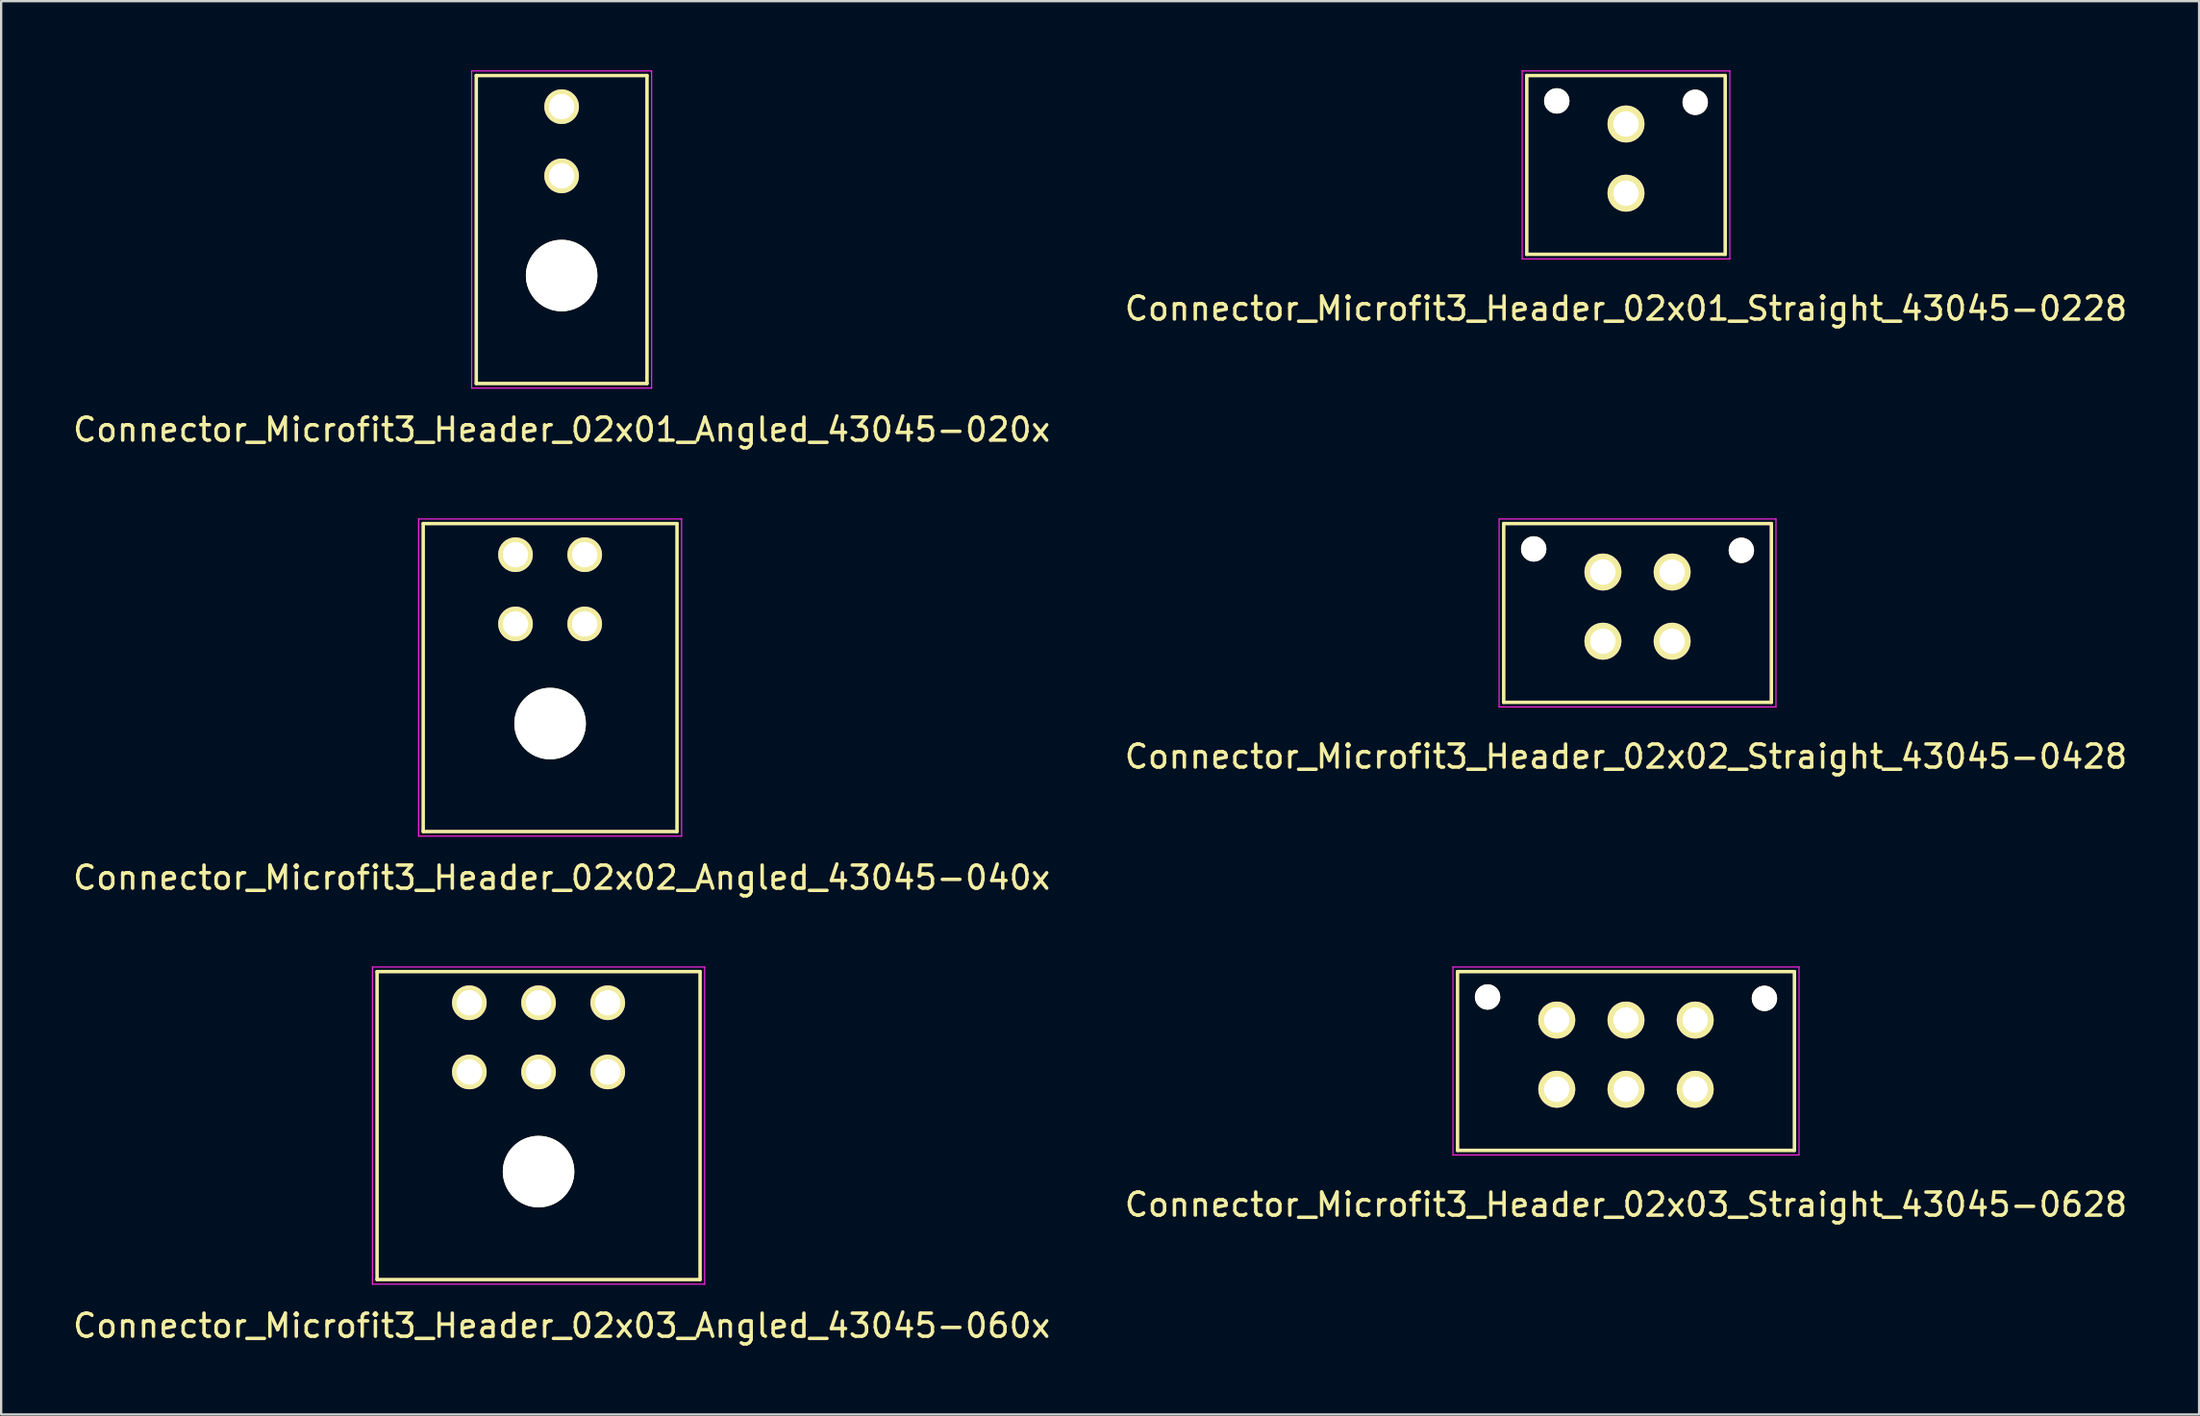
<source format=kicad_pcb>
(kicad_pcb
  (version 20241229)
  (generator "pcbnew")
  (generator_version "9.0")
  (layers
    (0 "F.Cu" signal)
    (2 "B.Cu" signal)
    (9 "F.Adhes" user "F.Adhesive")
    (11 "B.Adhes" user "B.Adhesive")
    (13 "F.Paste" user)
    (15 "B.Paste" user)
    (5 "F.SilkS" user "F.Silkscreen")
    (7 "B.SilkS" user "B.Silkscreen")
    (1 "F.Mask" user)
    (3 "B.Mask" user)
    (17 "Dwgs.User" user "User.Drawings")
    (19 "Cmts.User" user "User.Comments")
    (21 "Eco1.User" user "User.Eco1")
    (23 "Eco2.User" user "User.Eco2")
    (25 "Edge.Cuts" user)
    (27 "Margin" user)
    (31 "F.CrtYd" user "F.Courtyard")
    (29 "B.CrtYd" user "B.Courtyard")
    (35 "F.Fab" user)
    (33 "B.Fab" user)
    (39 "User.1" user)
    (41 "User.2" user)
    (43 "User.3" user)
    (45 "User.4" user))
  (footprint "Connector_Microfit3_Header_02x03_Straight_43045-0628"
    (layer "F.Cu")
    (at 70.423 44.172)
    (property "Reference" "Connector_Microfit3_Header_02x03_Straight_43045-0628" (at -3 5 0) (layer "F.SilkS") (effects (font (size 1 1) (thickness 0.15))))
    (attr through_hole)
    (fp_line (start -10.3 2.65) (end -10.3 -5.1) (stroke (width 0.15) (type solid)) (layer "F.SilkS"))
    (fp_line (start 4.3 -5.1) (end -10.3 -5.1) (stroke (width 0.15) (type solid)) (layer "F.SilkS"))
    (fp_line (start 4.3 2.65) (end -10.3 2.65) (stroke (width 0.15) (type solid)) (layer "F.SilkS"))
    (fp_line (start 4.3 2.65) (end 4.3 -5.1) (stroke (width 0.15) (type solid)) (layer "F.SilkS"))
    (fp_line (start -10.5 2.85) (end -10.5 -5.3) (stroke (width 0.05) (type solid)) (layer "F.CrtYd"))
    (fp_line (start 4.5 -5.3) (end -10.5 -5.3) (stroke (width 0.05) (type solid)) (layer "F.CrtYd"))
    (fp_line (start 4.5 2.85) (end -10.5 2.85) (stroke (width 0.05) (type solid)) (layer "F.CrtYd"))
    (fp_line (start 4.5 2.85) (end 4.5 -5.3) (stroke (width 0.05) (type solid)) (layer "F.CrtYd"))
    (pad "" np_thru_hole circle (at -9 -4) (size 1.1 1.1) (drill 1.1) (layers "*.Cu" "*.Mask" "F.SilkS"))
    (pad "" np_thru_hole circle (at 3 -3.94) (size 1.1 1.1) (drill 1.1) (layers "*.Cu" "*.Mask" "F.SilkS"))
    (pad "1" thru_hole circle (at 0 0) (size 1.6 1.6) (drill 1.1) (layers "*.Cu" "*.Mask" "F.SilkS"))
    (pad "2" thru_hole circle (at -3 0) (size 1.6 1.6) (drill 1.1) (layers "*.Cu" "*.Mask" "F.SilkS"))
    (pad "3" thru_hole circle (at -6 0) (size 1.6 1.6) (drill 1.1) (layers "*.Cu" "*.Mask" "F.SilkS"))
    (pad "4" thru_hole circle (at 0 -3) (size 1.6 1.6) (drill 1.1) (layers "*.Cu" "*.Mask" "F.SilkS"))
    (pad "5" thru_hole circle (at -3 -3) (size 1.6 1.6) (drill 1.1) (layers "*.Cu" "*.Mask" "F.SilkS"))
    (pad "6" thru_hole circle (at -6 -3) (size 1.6 1.6) (drill 1.1) (layers "*.Cu" "*.Mask" "F.SilkS")))
  (footprint "Connector_Microfit3_Header_02x03_Angled_43045-060x"
    (layer "F.Cu")
    (at 23.292 43.422)
    (property "Reference" "Connector_Microfit3_Header_02x03_Angled_43045-060x" (at -2 11 0) (layer "F.SilkS") (effects (font (size 1 1) (thickness 0.15))))
    (attr through_hole)
    (fp_line (start -10 -4.35) (end 4 -4.35) (stroke (width 0.15) (type solid)) (layer "F.SilkS"))
    (fp_line (start -10 9) (end -10 -4.35) (stroke (width 0.15) (type solid)) (layer "F.SilkS"))
    (fp_line (start 4 -4.35) (end 4 9) (stroke (width 0.15) (type solid)) (layer "F.SilkS"))
    (fp_line (start 4 9) (end -10 9) (stroke (width 0.15) (type solid)) (layer "F.SilkS"))
    (fp_line (start -10.2 -4.55) (end -10.2 9.2) (stroke (width 0.05) (type solid)) (layer "F.CrtYd"))
    (fp_line (start -10.2 9.2) (end 4.2 9.2) (stroke (width 0.05) (type solid)) (layer "F.CrtYd"))
    (fp_line (start 4.2 -4.55) (end -10.2 -4.55) (stroke (width 0.05) (type solid)) (layer "F.CrtYd"))
    (fp_line (start 4.2 9.2) (end 4.2 -4.55) (stroke (width 0.05) (type solid)) (layer "F.CrtYd"))
    (pad "" np_thru_hole circle (at -3 4.32) (size 3.1 3.1) (drill 3.1) (layers "*.Cu" "*.Mask" "F.SilkS"))
    (pad "1" thru_hole circle (at 0 0) (size 1.5 1.5) (drill 1.1) (layers "*.Cu" "*.Mask" "F.SilkS"))
    (pad "2" thru_hole circle (at -3 0) (size 1.5 1.5) (drill 1.1) (layers "*.Cu" "*.Mask" "F.SilkS"))
    (pad "3" thru_hole circle (at -6 0) (size 1.5 1.5) (drill 1.1) (layers "*.Cu" "*.Mask" "F.SilkS"))
    (pad "4" thru_hole circle (at 0 -3) (size 1.5 1.5) (drill 1.1) (layers "*.Cu" "*.Mask" "F.SilkS"))
    (pad "5" thru_hole circle (at -3 -3) (size 1.5 1.5) (drill 1.1) (layers "*.Cu" "*.Mask" "F.SilkS"))
    (pad "6" thru_hole circle (at -6 -3) (size 1.5 1.5) (drill 1.1) (layers "*.Cu" "*.Mask" "F.SilkS")))
  (footprint "Connector_Microfit3_Header_02x01_Straight_43045-0228"
    (layer "F.Cu")
    (at 67.423 5.325)
    (property "Reference" "Connector_Microfit3_Header_02x01_Straight_43045-0228" (at 0 5 0) (layer "F.SilkS") (effects (font (size 1 1) (thickness 0.15))))
    (attr through_hole)
    (fp_line (start -4.3 2.65) (end -4.3 -5.1) (stroke (width 0.15) (type solid)) (layer "F.SilkS"))
    (fp_line (start 4.3 -5.1) (end -4.3 -5.1) (stroke (width 0.15) (type solid)) (layer "F.SilkS"))
    (fp_line (start 4.3 2.65) (end -4.3 2.65) (stroke (width 0.15) (type solid)) (layer "F.SilkS"))
    (fp_line (start 4.3 2.65) (end 4.3 -5.1) (stroke (width 0.15) (type solid)) (layer "F.SilkS"))
    (fp_line (start -4.5 2.85) (end -4.5 -5.3) (stroke (width 0.05) (type solid)) (layer "F.CrtYd"))
    (fp_line (start 4.5 -5.3) (end -4.5 -5.3) (stroke (width 0.05) (type solid)) (layer "F.CrtYd"))
    (fp_line (start 4.5 2.85) (end -4.5 2.85) (stroke (width 0.05) (type solid)) (layer "F.CrtYd"))
    (fp_line (start 4.5 2.85) (end 4.5 -5.3) (stroke (width 0.05) (type solid)) (layer "F.CrtYd"))
    (pad "" np_thru_hole circle (at -3 -4) (size 1.1 1.1) (drill 1.1) (layers "*.Cu" "*.Mask" "F.SilkS"))
    (pad "" np_thru_hole circle (at 3 -3.94) (size 1.1 1.1) (drill 1.1) (layers "*.Cu" "*.Mask" "F.SilkS"))
    (pad "1" thru_hole circle (at 0 0) (size 1.6 1.6) (drill 1.1) (layers "*.Cu" "*.Mask" "F.SilkS"))
    (pad "2" thru_hole circle (at 0 -3) (size 1.6 1.6) (drill 1.1) (layers "*.Cu" "*.Mask" "F.SilkS")))
  (footprint "Connector_Microfit3_Header_02x01_Angled_43045-020x"
    (layer "F.Cu")
    (at 21.292 4.575)
    (property "Reference" "Connector_Microfit3_Header_02x01_Angled_43045-020x" (at 0 11 0) (layer "F.SilkS") (effects (font (size 1 1) (thickness 0.15))))
    (attr through_hole)
    (fp_line (start -3.7 -4.35) (end 3.7 -4.35) (stroke (width 0.15) (type solid)) (layer "F.SilkS"))
    (fp_line (start -3.7 9) (end -3.7 -4.35) (stroke (width 0.15) (type solid)) (layer "F.SilkS"))
    (fp_line (start 3.7 -4.35) (end 3.7 9) (stroke (width 0.15) (type solid)) (layer "F.SilkS"))
    (fp_line (start 3.7 9) (end -3.7 9) (stroke (width 0.15) (type solid)) (layer "F.SilkS"))
    (fp_line (start -3.9 -4.55) (end -3.9 9.2) (stroke (width 0.05) (type solid)) (layer "F.CrtYd"))
    (fp_line (start -3.9 9.2) (end 3.9 9.2) (stroke (width 0.05) (type solid)) (layer "F.CrtYd"))
    (fp_line (start 3.9 -4.55) (end -3.9 -4.55) (stroke (width 0.05) (type solid)) (layer "F.CrtYd"))
    (fp_line (start 3.9 9.2) (end 3.9 -4.55) (stroke (width 0.05) (type solid)) (layer "F.CrtYd"))
    (pad "" np_thru_hole circle (at 0 4.32) (size 3.1 3.1) (drill 3.1) (layers "*.Cu" "*.Mask" "F.SilkS"))
    (pad "1" thru_hole circle (at 0 0) (size 1.5 1.5) (drill 1.1) (layers "*.Cu" "*.Mask" "F.SilkS"))
    (pad "2" thru_hole circle (at 0 -3) (size 1.5 1.5) (drill 1.1) (layers "*.Cu" "*.Mask" "F.SilkS")))
  (footprint "Connector_Microfit3_Header_02x02_Straight_43045-0428"
    (layer "F.Cu")
    (at 69.423 24.748)
    (property "Reference" "Connector_Microfit3_Header_02x02_Straight_43045-0428" (at -2 5 0) (layer "F.SilkS") (effects (font (size 1 1) (thickness 0.15))))
    (attr through_hole)
    (fp_line (start -7.3 2.65) (end -7.3 -5.1) (stroke (width 0.15) (type solid)) (layer "F.SilkS"))
    (fp_line (start 4.3 -5.1) (end -7.3 -5.1) (stroke (width 0.15) (type solid)) (layer "F.SilkS"))
    (fp_line (start 4.3 2.65) (end -7.3 2.65) (stroke (width 0.15) (type solid)) (layer "F.SilkS"))
    (fp_line (start 4.3 2.65) (end 4.3 -5.1) (stroke (width 0.15) (type solid)) (layer "F.SilkS"))
    (fp_line (start -7.5 2.85) (end -7.5 -5.3) (stroke (width 0.05) (type solid)) (layer "F.CrtYd"))
    (fp_line (start 4.5 -5.3) (end -7.5 -5.3) (stroke (width 0.05) (type solid)) (layer "F.CrtYd"))
    (fp_line (start 4.5 2.85) (end -7.5 2.85) (stroke (width 0.05) (type solid)) (layer "F.CrtYd"))
    (fp_line (start 4.5 2.85) (end 4.5 -5.3) (stroke (width 0.05) (type solid)) (layer "F.CrtYd"))
    (pad "" np_thru_hole circle (at -6 -4) (size 1.1 1.1) (drill 1.1) (layers "*.Cu" "*.Mask" "F.SilkS"))
    (pad "" np_thru_hole circle (at 3 -3.94) (size 1.1 1.1) (drill 1.1) (layers "*.Cu" "*.Mask" "F.SilkS"))
    (pad "1" thru_hole circle (at 0 0) (size 1.6 1.6) (drill 1.1) (layers "*.Cu" "*.Mask" "F.SilkS"))
    (pad "2" thru_hole circle (at -3 0) (size 1.6 1.6) (drill 1.1) (layers "*.Cu" "*.Mask" "F.SilkS"))
    (pad "3" thru_hole circle (at 0 -3) (size 1.6 1.6) (drill 1.1) (layers "*.Cu" "*.Mask" "F.SilkS"))
    (pad "4" thru_hole circle (at -3 -3) (size 1.6 1.6) (drill 1.1) (layers "*.Cu" "*.Mask" "F.SilkS")))
  (footprint "Connector_Microfit3_Header_02x02_Angled_43045-040x"
    (layer "F.Cu")
    (at 22.292 23.998)
    (property "Reference" "Connector_Microfit3_Header_02x02_Angled_43045-040x" (at -1 11 0) (layer "F.SilkS") (effects (font (size 1 1) (thickness 0.15))))
    (attr through_hole)
    (fp_line (start -7 -4.35) (end 4 -4.35) (stroke (width 0.15) (type solid)) (layer "F.SilkS"))
    (fp_line (start -7 9) (end -7 -4.35) (stroke (width 0.15) (type solid)) (layer "F.SilkS"))
    (fp_line (start 4 -4.35) (end 4 9) (stroke (width 0.15) (type solid)) (layer "F.SilkS"))
    (fp_line (start 4 9) (end -7 9) (stroke (width 0.15) (type solid)) (layer "F.SilkS"))
    (fp_line (start -7.2 -4.55) (end -7.2 9.2) (stroke (width 0.05) (type solid)) (layer "F.CrtYd"))
    (fp_line (start -7.2 9.2) (end 4.2 9.2) (stroke (width 0.05) (type solid)) (layer "F.CrtYd"))
    (fp_line (start 4.2 -4.55) (end -7.2 -4.55) (stroke (width 0.05) (type solid)) (layer "F.CrtYd"))
    (fp_line (start 4.2 9.2) (end 4.2 -4.55) (stroke (width 0.05) (type solid)) (layer "F.CrtYd"))
    (pad "" np_thru_hole circle (at -1.5 4.32) (size 3.1 3.1) (drill 3.1) (layers "*.Cu" "*.Mask" "F.SilkS"))
    (pad "1" thru_hole circle (at 0 0) (size 1.5 1.5) (drill 1.1) (layers "*.Cu" "*.Mask" "F.SilkS"))
    (pad "2" thru_hole circle (at -3 0) (size 1.5 1.5) (drill 1.1) (layers "*.Cu" "*.Mask" "F.SilkS"))
    (pad "3" thru_hole circle (at 0 -3) (size 1.5 1.5) (drill 1.1) (layers "*.Cu" "*.Mask" "F.SilkS"))
    (pad "4" thru_hole circle (at -3 -3) (size 1.5 1.5) (drill 1.1) (layers "*.Cu" "*.Mask" "F.SilkS")))
  (gr_rect
    (start -3 -3)
    (end 92.262 58.27)
    (stroke (width 0.1) (type default))
    (fill no)
    (layer "Edge.Cuts")))
</source>
